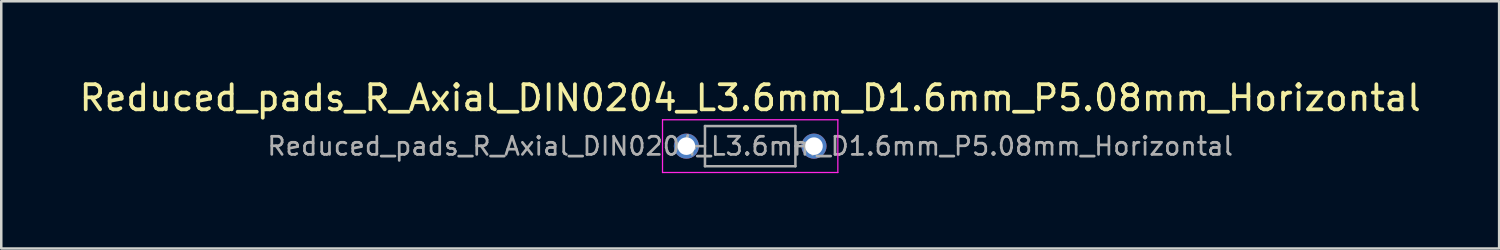
<source format=kicad_pcb>
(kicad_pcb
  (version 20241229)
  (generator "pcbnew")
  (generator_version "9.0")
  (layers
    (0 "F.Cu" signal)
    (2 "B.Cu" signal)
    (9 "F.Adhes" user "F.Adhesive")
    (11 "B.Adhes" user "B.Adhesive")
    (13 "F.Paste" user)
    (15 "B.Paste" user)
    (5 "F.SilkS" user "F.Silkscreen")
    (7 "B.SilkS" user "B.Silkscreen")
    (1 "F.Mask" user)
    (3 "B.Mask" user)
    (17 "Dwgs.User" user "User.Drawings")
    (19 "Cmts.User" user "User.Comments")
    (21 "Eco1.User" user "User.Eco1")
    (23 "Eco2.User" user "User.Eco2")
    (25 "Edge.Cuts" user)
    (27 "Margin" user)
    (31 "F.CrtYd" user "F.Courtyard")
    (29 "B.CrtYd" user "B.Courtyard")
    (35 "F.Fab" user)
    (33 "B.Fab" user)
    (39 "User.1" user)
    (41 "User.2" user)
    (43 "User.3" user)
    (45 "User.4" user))
  (footprint "Reduced_pads_R_Axial_DIN0204_L3.6mm_D1.6mm_P5.08mm_Horizontal"
    (layer "F.Cu")
    (at 24.275 2.768)
    (property "Reference" "Reduced_pads_R_Axial_DIN0204_L3.6mm_D1.6mm_P5.08mm_Horizontal" (at 2.54 -1.92 0) (layer "F.SilkS") (effects (font (size 1 1) (thickness 0.15))))
    (attr through_hole)
    (fp_line (start -0.95 -1.05) (end -0.95 1.05) (stroke (width 0.05) (type solid)) (layer "F.CrtYd"))
    (fp_line (start -0.95 1.05) (end 6.03 1.05) (stroke (width 0.05) (type solid)) (layer "F.CrtYd"))
    (fp_line (start 6.03 -1.05) (end -0.95 -1.05) (stroke (width 0.05) (type solid)) (layer "F.CrtYd"))
    (fp_line (start 6.03 1.05) (end 6.03 -1.05) (stroke (width 0.05) (type solid)) (layer "F.CrtYd"))
    (fp_line (start 0 0) (end 0.74 0) (stroke (width 0.1) (type solid)) (layer "F.Fab"))
    (fp_line (start 0.74 -0.8) (end 0.74 0.8) (stroke (width 0.1) (type solid)) (layer "F.Fab"))
    (fp_line (start 0.74 0.8) (end 4.34 0.8) (stroke (width 0.1) (type solid)) (layer "F.Fab"))
    (fp_line (start 4.34 -0.8) (end 0.74 -0.8) (stroke (width 0.1) (type solid)) (layer "F.Fab"))
    (fp_line (start 4.34 0.8) (end 4.34 -0.8) (stroke (width 0.1) (type solid)) (layer "F.Fab"))
    (fp_line (start 5.08 0) (end 4.34 0) (stroke (width 0.1) (type solid)) (layer "F.Fab"))
    (fp_text user "${REFERENCE}" (at 2.54 0 0) (layer "F.Fab") (effects (font (size 0.72 0.72) (thickness 0.108))))
    (pad "1" thru_hole circle (at 0 0) (size 1 1) (drill 0.7) (layers "*.Cu" "*.Mask"))
    (pad "2" thru_hole circle (at 5.08 0) (size 1 1) (drill 0.7) (layers "*.Cu" "*.Mask")))
  (gr_rect
    (start -3 -3)
    (end 56.631 6.843)
    (stroke (width 0.1) (type default))
    (fill no)
    (layer "Edge.Cuts")))
</source>
